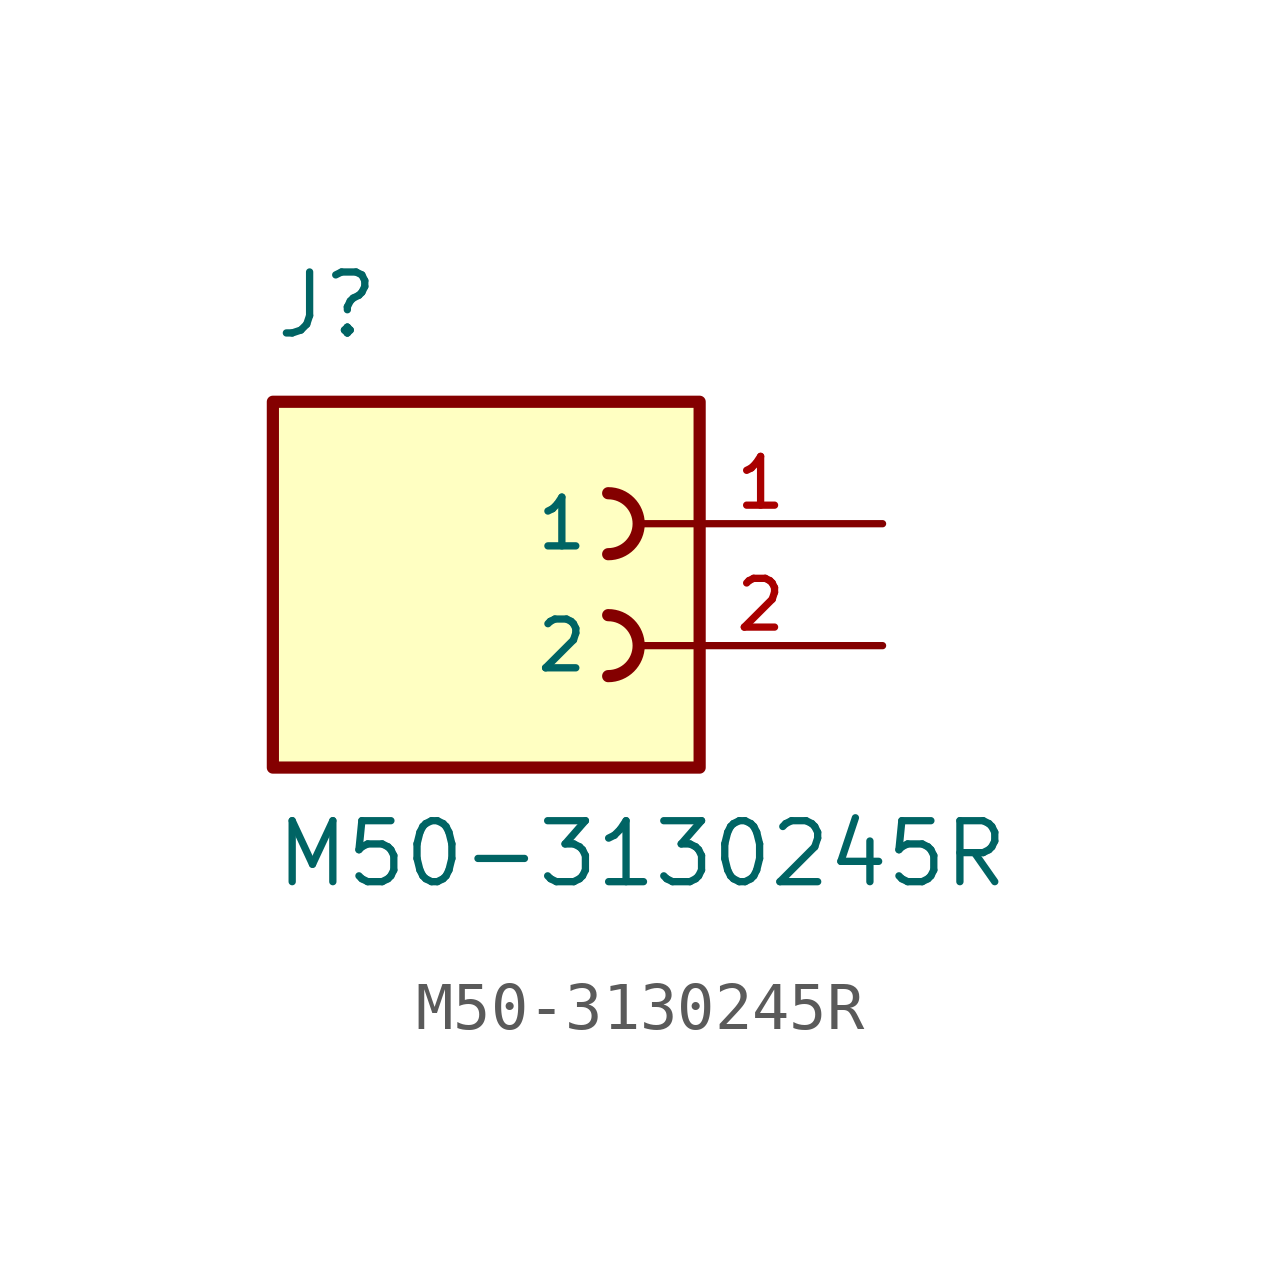
<source format=kicad_sym>
(kicad_symbol_lib
  (version 20211014)
  (generator kicad_symbol_editor)
  (symbol "M50-3130245R"
    (pin_names
      (offset 1.016))
    (property "Reference" "J"
      (at -5.08 3.81 0)
      (effects (font (size 1.27 1.27)) (justify bottom left)))
    (property "Value" "M50-3130245R"
      (at -5.08 -7.62 0)
      (effects (font (size 1.27 1.27)) (justify bottom left)))
    (symbol "M50-3130245R_0_0"
      (arc (start 1.905 -0.635) (mid 2.54 0.0) (end 1.905 0.635) (stroke (width 0.254) (type default) (color 0 0 0 0)) (fill (type none)))
      (arc (start 1.905 -3.175) (mid 2.54 -2.54) (end 1.905 -1.905) (stroke (width 0.254) (type default) (color 0 0 0 0)) (fill (type none)))
      (rectangle (start -5.08 -5.08) (end 3.81 2.54) (stroke (width 0.254)) (fill (type background)))
      (pin passive line (at 7.62 0.0 180.0) (length 5.08) (name "1" (effects (font (size 1.016 1.016)))) (number "1" (effects (font (size 1.016 1.016)))))
      (pin passive line (at 7.62 -2.54 180.0) (length 5.08) (name "2" (effects (font (size 1.016 1.016)))) (number "2" (effects (font (size 1.016 1.016))))))))
</source>
